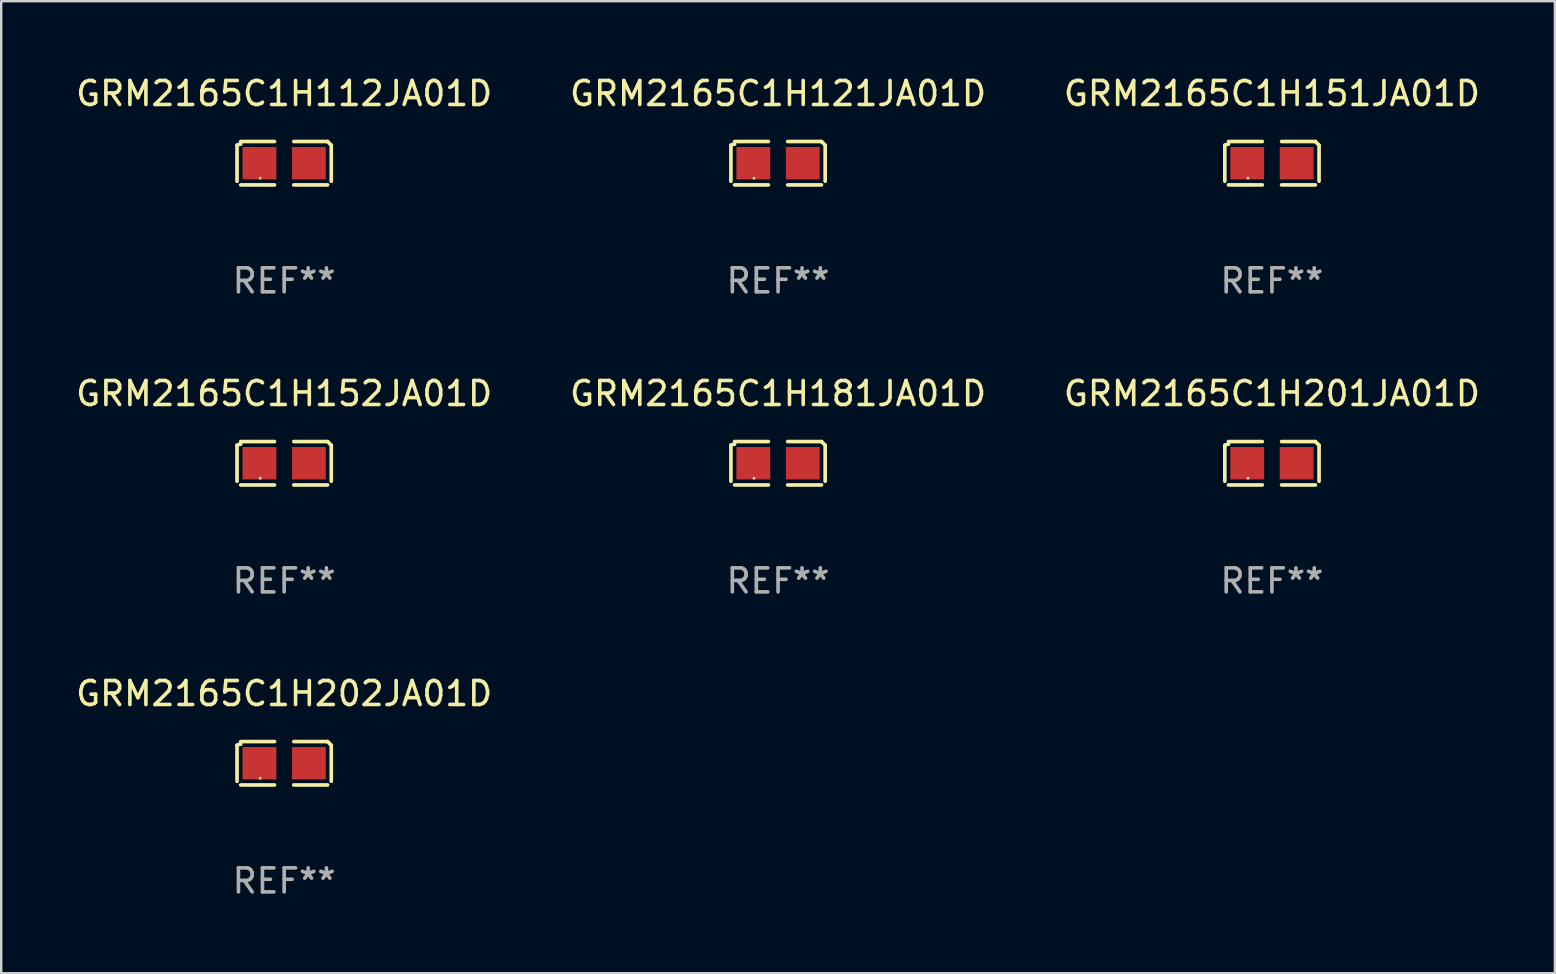
<source format=kicad_pcb>
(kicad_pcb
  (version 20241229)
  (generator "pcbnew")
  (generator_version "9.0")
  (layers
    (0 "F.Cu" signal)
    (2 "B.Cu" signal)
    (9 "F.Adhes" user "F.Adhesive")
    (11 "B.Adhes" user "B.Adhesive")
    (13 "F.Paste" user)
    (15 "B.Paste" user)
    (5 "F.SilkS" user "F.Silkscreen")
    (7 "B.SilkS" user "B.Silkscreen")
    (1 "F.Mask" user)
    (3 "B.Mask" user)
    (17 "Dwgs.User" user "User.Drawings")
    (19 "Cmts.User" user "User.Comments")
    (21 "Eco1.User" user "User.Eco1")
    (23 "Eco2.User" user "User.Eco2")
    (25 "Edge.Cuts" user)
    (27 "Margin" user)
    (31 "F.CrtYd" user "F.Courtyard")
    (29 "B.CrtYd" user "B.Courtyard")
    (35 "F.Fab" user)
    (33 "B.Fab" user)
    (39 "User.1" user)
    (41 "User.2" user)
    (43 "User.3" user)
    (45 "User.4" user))
  (footprint "GRM2165C1H152JA01D"
    (layer "F.Cu")
    (at 8.792 16.256)
    (property "Reference" "GRM2165C1H152JA01D" (at 0 -2.904 0) (layer "F.SilkS") (effects (font (size 1 1) (thickness 0.15))))
    (attr through_hole)
    (fp_line (start -1.964 0.751) (end -1.964 -0.751) (stroke (width 0.152) (type solid)) (layer "F.SilkS"))
    (fp_line (start -1.811 -0.904) (end -0.401 -0.904) (stroke (width 0.152) (type solid)) (layer "F.SilkS"))
    (fp_line (start -0.401 0.904) (end -1.811 0.904) (stroke (width 0.152) (type solid)) (layer "F.SilkS"))
    (fp_line (start 0.401 0.904) (end 1.811 0.904) (stroke (width 0.152) (type solid)) (layer "F.SilkS"))
    (fp_line (start 1.811 -0.904) (end 0.401 -0.904) (stroke (width 0.152) (type solid)) (layer "F.SilkS"))
    (fp_line (start 1.964 0.751) (end 1.964 -0.751) (stroke (width 0.152) (type solid)) (layer "F.SilkS"))
    (fp_arc (start -1.963602 -0.751207) (mid -1.890354 -0.783131) (end -1.811201 -0.794044) (stroke (width 0.1524) (type solid)) (layer "F.SilkS"))
    (fp_arc (start 1.811202 -0.903607) (mid 1.887413 -0.827418) (end 1.963602 -0.751207) (stroke (width 0.1524) (type solid)) (layer "F.SilkS"))
    (fp_circle (center -1 0.625) (end -0.97 0.625) (stroke (width 0.06) (type solid)) (fill no) (layer "F.SilkS"))
    (fp_text user "REF**" (at 0 4.904 0) (layer "F.Fab") (effects (font (size 1 1) (thickness 0.15))))
    (pad "1" smd rect (at -1.03 0) (size 1.41 1.35) (layers "F.Cu" "F.Mask" "F.Paste"))
    (pad "2" smd rect (at 1.03 0) (size 1.41 1.35) (layers "F.Cu" "F.Mask" "F.Paste")))
  (footprint "GRM2165C1H121JA01D"
    (layer "F.Cu")
    (at 29.375 3.752)
    (property "Reference" "GRM2165C1H121JA01D" (at 0 -2.904 0) (layer "F.SilkS") (effects (font (size 1 1) (thickness 0.15))))
    (attr through_hole)
    (fp_line (start -1.964 0.751) (end -1.964 -0.751) (stroke (width 0.152) (type solid)) (layer "F.SilkS"))
    (fp_line (start -1.811 -0.904) (end -0.401 -0.904) (stroke (width 0.152) (type solid)) (layer "F.SilkS"))
    (fp_line (start -0.401 0.904) (end -1.811 0.904) (stroke (width 0.152) (type solid)) (layer "F.SilkS"))
    (fp_line (start 0.401 0.904) (end 1.811 0.904) (stroke (width 0.152) (type solid)) (layer "F.SilkS"))
    (fp_line (start 1.811 -0.904) (end 0.401 -0.904) (stroke (width 0.152) (type solid)) (layer "F.SilkS"))
    (fp_line (start 1.964 0.751) (end 1.964 -0.751) (stroke (width 0.152) (type solid)) (layer "F.SilkS"))
    (fp_arc (start -1.963602 -0.751207) (mid -1.890354 -0.783131) (end -1.811201 -0.794044) (stroke (width 0.1524) (type solid)) (layer "F.SilkS"))
    (fp_arc (start 1.811202 -0.903607) (mid 1.887413 -0.827418) (end 1.963602 -0.751207) (stroke (width 0.1524) (type solid)) (layer "F.SilkS"))
    (fp_circle (center -1 0.625) (end -0.97 0.625) (stroke (width 0.06) (type solid)) (fill no) (layer "F.SilkS"))
    (fp_text user "REF**" (at 0 4.904 0) (layer "F.Fab") (effects (font (size 1 1) (thickness 0.15))))
    (pad "1" smd rect (at -1.03 0) (size 1.41 1.35) (layers "F.Cu" "F.Mask" "F.Paste"))
    (pad "2" smd rect (at 1.03 0) (size 1.41 1.35) (layers "F.Cu" "F.Mask" "F.Paste")))
  (footprint "GRM2165C1H151JA01D"
    (layer "F.Cu")
    (at 49.958 3.752)
    (property "Reference" "GRM2165C1H151JA01D" (at 0 -2.904 0) (layer "F.SilkS") (effects (font (size 1 1) (thickness 0.15))))
    (attr through_hole)
    (fp_line (start -1.964 0.751) (end -1.964 -0.751) (stroke (width 0.152) (type solid)) (layer "F.SilkS"))
    (fp_line (start -1.811 -0.904) (end -0.401 -0.904) (stroke (width 0.152) (type solid)) (layer "F.SilkS"))
    (fp_line (start -0.401 0.904) (end -1.811 0.904) (stroke (width 0.152) (type solid)) (layer "F.SilkS"))
    (fp_line (start 0.401 0.904) (end 1.811 0.904) (stroke (width 0.152) (type solid)) (layer "F.SilkS"))
    (fp_line (start 1.811 -0.904) (end 0.401 -0.904) (stroke (width 0.152) (type solid)) (layer "F.SilkS"))
    (fp_line (start 1.964 0.751) (end 1.964 -0.751) (stroke (width 0.152) (type solid)) (layer "F.SilkS"))
    (fp_arc (start -1.963602 -0.751207) (mid -1.890354 -0.783131) (end -1.811201 -0.794044) (stroke (width 0.1524) (type solid)) (layer "F.SilkS"))
    (fp_arc (start 1.811202 -0.903607) (mid 1.887413 -0.827418) (end 1.963602 -0.751207) (stroke (width 0.1524) (type solid)) (layer "F.SilkS"))
    (fp_circle (center -1 0.625) (end -0.97 0.625) (stroke (width 0.06) (type solid)) (fill no) (layer "F.SilkS"))
    (fp_text user "REF**" (at 0 4.904 0) (layer "F.Fab") (effects (font (size 1 1) (thickness 0.15))))
    (pad "1" smd rect (at -1.03 0) (size 1.41 1.35) (layers "F.Cu" "F.Mask" "F.Paste"))
    (pad "2" smd rect (at 1.03 0) (size 1.41 1.35) (layers "F.Cu" "F.Mask" "F.Paste")))
  (footprint "GRM2165C1H181JA01D"
    (layer "F.Cu")
    (at 29.375 16.256)
    (property "Reference" "GRM2165C1H181JA01D" (at 0 -2.904 0) (layer "F.SilkS") (effects (font (size 1 1) (thickness 0.15))))
    (attr through_hole)
    (fp_line (start -1.964 0.751) (end -1.964 -0.751) (stroke (width 0.152) (type solid)) (layer "F.SilkS"))
    (fp_line (start -1.811 -0.904) (end -0.401 -0.904) (stroke (width 0.152) (type solid)) (layer "F.SilkS"))
    (fp_line (start -0.401 0.904) (end -1.811 0.904) (stroke (width 0.152) (type solid)) (layer "F.SilkS"))
    (fp_line (start 0.401 0.904) (end 1.811 0.904) (stroke (width 0.152) (type solid)) (layer "F.SilkS"))
    (fp_line (start 1.811 -0.904) (end 0.401 -0.904) (stroke (width 0.152) (type solid)) (layer "F.SilkS"))
    (fp_line (start 1.964 0.751) (end 1.964 -0.751) (stroke (width 0.152) (type solid)) (layer "F.SilkS"))
    (fp_arc (start -1.963602 -0.751207) (mid -1.890354 -0.783131) (end -1.811201 -0.794044) (stroke (width 0.1524) (type solid)) (layer "F.SilkS"))
    (fp_arc (start 1.811202 -0.903607) (mid 1.887413 -0.827418) (end 1.963602 -0.751207) (stroke (width 0.1524) (type solid)) (layer "F.SilkS"))
    (fp_circle (center -1 0.625) (end -0.97 0.625) (stroke (width 0.06) (type solid)) (fill no) (layer "F.SilkS"))
    (fp_text user "REF**" (at 0 4.904 0) (layer "F.Fab") (effects (font (size 1 1) (thickness 0.15))))
    (pad "1" smd rect (at -1.03 0) (size 1.41 1.35) (layers "F.Cu" "F.Mask" "F.Paste"))
    (pad "2" smd rect (at 1.03 0) (size 1.41 1.35) (layers "F.Cu" "F.Mask" "F.Paste")))
  (footprint "GRM2165C1H201JA01D"
    (layer "F.Cu")
    (at 49.958 16.256)
    (property "Reference" "GRM2165C1H201JA01D" (at 0 -2.904 0) (layer "F.SilkS") (effects (font (size 1 1) (thickness 0.15))))
    (attr through_hole)
    (fp_line (start -1.964 0.751) (end -1.964 -0.751) (stroke (width 0.152) (type solid)) (layer "F.SilkS"))
    (fp_line (start -1.811 -0.904) (end -0.401 -0.904) (stroke (width 0.152) (type solid)) (layer "F.SilkS"))
    (fp_line (start -0.401 0.904) (end -1.811 0.904) (stroke (width 0.152) (type solid)) (layer "F.SilkS"))
    (fp_line (start 0.401 0.904) (end 1.811 0.904) (stroke (width 0.152) (type solid)) (layer "F.SilkS"))
    (fp_line (start 1.811 -0.904) (end 0.401 -0.904) (stroke (width 0.152) (type solid)) (layer "F.SilkS"))
    (fp_line (start 1.964 0.751) (end 1.964 -0.751) (stroke (width 0.152) (type solid)) (layer "F.SilkS"))
    (fp_arc (start -1.963602 -0.751207) (mid -1.890354 -0.783131) (end -1.811201 -0.794044) (stroke (width 0.1524) (type solid)) (layer "F.SilkS"))
    (fp_arc (start 1.811202 -0.903607) (mid 1.887413 -0.827418) (end 1.963602 -0.751207) (stroke (width 0.1524) (type solid)) (layer "F.SilkS"))
    (fp_circle (center -1 0.625) (end -0.97 0.625) (stroke (width 0.06) (type solid)) (fill no) (layer "F.SilkS"))
    (fp_text user "REF**" (at 0 4.904 0) (layer "F.Fab") (effects (font (size 1 1) (thickness 0.15))))
    (pad "1" smd rect (at -1.03 0) (size 1.41 1.35) (layers "F.Cu" "F.Mask" "F.Paste"))
    (pad "2" smd rect (at 1.03 0) (size 1.41 1.35) (layers "F.Cu" "F.Mask" "F.Paste")))
  (footprint "GRM2165C1H112JA01D"
    (layer "F.Cu")
    (at 8.792 3.752)
    (property "Reference" "GRM2165C1H112JA01D" (at 0 -2.904 0) (layer "F.SilkS") (effects (font (size 1 1) (thickness 0.15))))
    (attr through_hole)
    (fp_line (start -1.964 0.751) (end -1.964 -0.751) (stroke (width 0.152) (type solid)) (layer "F.SilkS"))
    (fp_line (start -1.811 -0.904) (end -0.401 -0.904) (stroke (width 0.152) (type solid)) (layer "F.SilkS"))
    (fp_line (start -0.401 0.904) (end -1.811 0.904) (stroke (width 0.152) (type solid)) (layer "F.SilkS"))
    (fp_line (start 0.401 0.904) (end 1.811 0.904) (stroke (width 0.152) (type solid)) (layer "F.SilkS"))
    (fp_line (start 1.811 -0.904) (end 0.401 -0.904) (stroke (width 0.152) (type solid)) (layer "F.SilkS"))
    (fp_line (start 1.964 0.751) (end 1.964 -0.751) (stroke (width 0.152) (type solid)) (layer "F.SilkS"))
    (fp_arc (start -1.963602 -0.751207) (mid -1.890354 -0.783131) (end -1.811201 -0.794044) (stroke (width 0.1524) (type solid)) (layer "F.SilkS"))
    (fp_arc (start 1.811202 -0.903607) (mid 1.887413 -0.827418) (end 1.963602 -0.751207) (stroke (width 0.1524) (type solid)) (layer "F.SilkS"))
    (fp_circle (center -1 0.625) (end -0.97 0.625) (stroke (width 0.06) (type solid)) (fill no) (layer "F.SilkS"))
    (fp_text user "REF**" (at 0 4.904 0) (layer "F.Fab") (effects (font (size 1 1) (thickness 0.15))))
    (pad "1" smd rect (at -1.03 0) (size 1.41 1.35) (layers "F.Cu" "F.Mask" "F.Paste"))
    (pad "2" smd rect (at 1.03 0) (size 1.41 1.35) (layers "F.Cu" "F.Mask" "F.Paste")))
  (footprint "GRM2165C1H202JA01D"
    (layer "F.Cu")
    (at 8.792 28.759)
    (property "Reference" "GRM2165C1H202JA01D" (at 0 -2.904 0) (layer "F.SilkS") (effects (font (size 1 1) (thickness 0.15))))
    (attr through_hole)
    (fp_line (start -1.964 0.751) (end -1.964 -0.751) (stroke (width 0.152) (type solid)) (layer "F.SilkS"))
    (fp_line (start -1.811 -0.904) (end -0.401 -0.904) (stroke (width 0.152) (type solid)) (layer "F.SilkS"))
    (fp_line (start -0.401 0.904) (end -1.811 0.904) (stroke (width 0.152) (type solid)) (layer "F.SilkS"))
    (fp_line (start 0.401 0.904) (end 1.811 0.904) (stroke (width 0.152) (type solid)) (layer "F.SilkS"))
    (fp_line (start 1.811 -0.904) (end 0.401 -0.904) (stroke (width 0.152) (type solid)) (layer "F.SilkS"))
    (fp_line (start 1.964 0.751) (end 1.964 -0.751) (stroke (width 0.152) (type solid)) (layer "F.SilkS"))
    (fp_arc (start -1.963602 -0.751207) (mid -1.890354 -0.783131) (end -1.811201 -0.794044) (stroke (width 0.1524) (type solid)) (layer "F.SilkS"))
    (fp_arc (start 1.811202 -0.903607) (mid 1.887413 -0.827418) (end 1.963602 -0.751207) (stroke (width 0.1524) (type solid)) (layer "F.SilkS"))
    (fp_circle (center -1 0.625) (end -0.97 0.625) (stroke (width 0.06) (type solid)) (fill no) (layer "F.SilkS"))
    (fp_text user "REF**" (at 0 4.904 0) (layer "F.Fab") (effects (font (size 1 1) (thickness 0.15))))
    (pad "1" smd rect (at -1.03 0) (size 1.41 1.35) (layers "F.Cu" "F.Mask" "F.Paste"))
    (pad "2" smd rect (at 1.03 0) (size 1.41 1.35) (layers "F.Cu" "F.Mask" "F.Paste")))
  (gr_rect
    (start -3 -3)
    (end 61.75 37.511)
    (stroke (width 0.1) (type default))
    (fill no)
    (layer "Edge.Cuts")))
</source>
